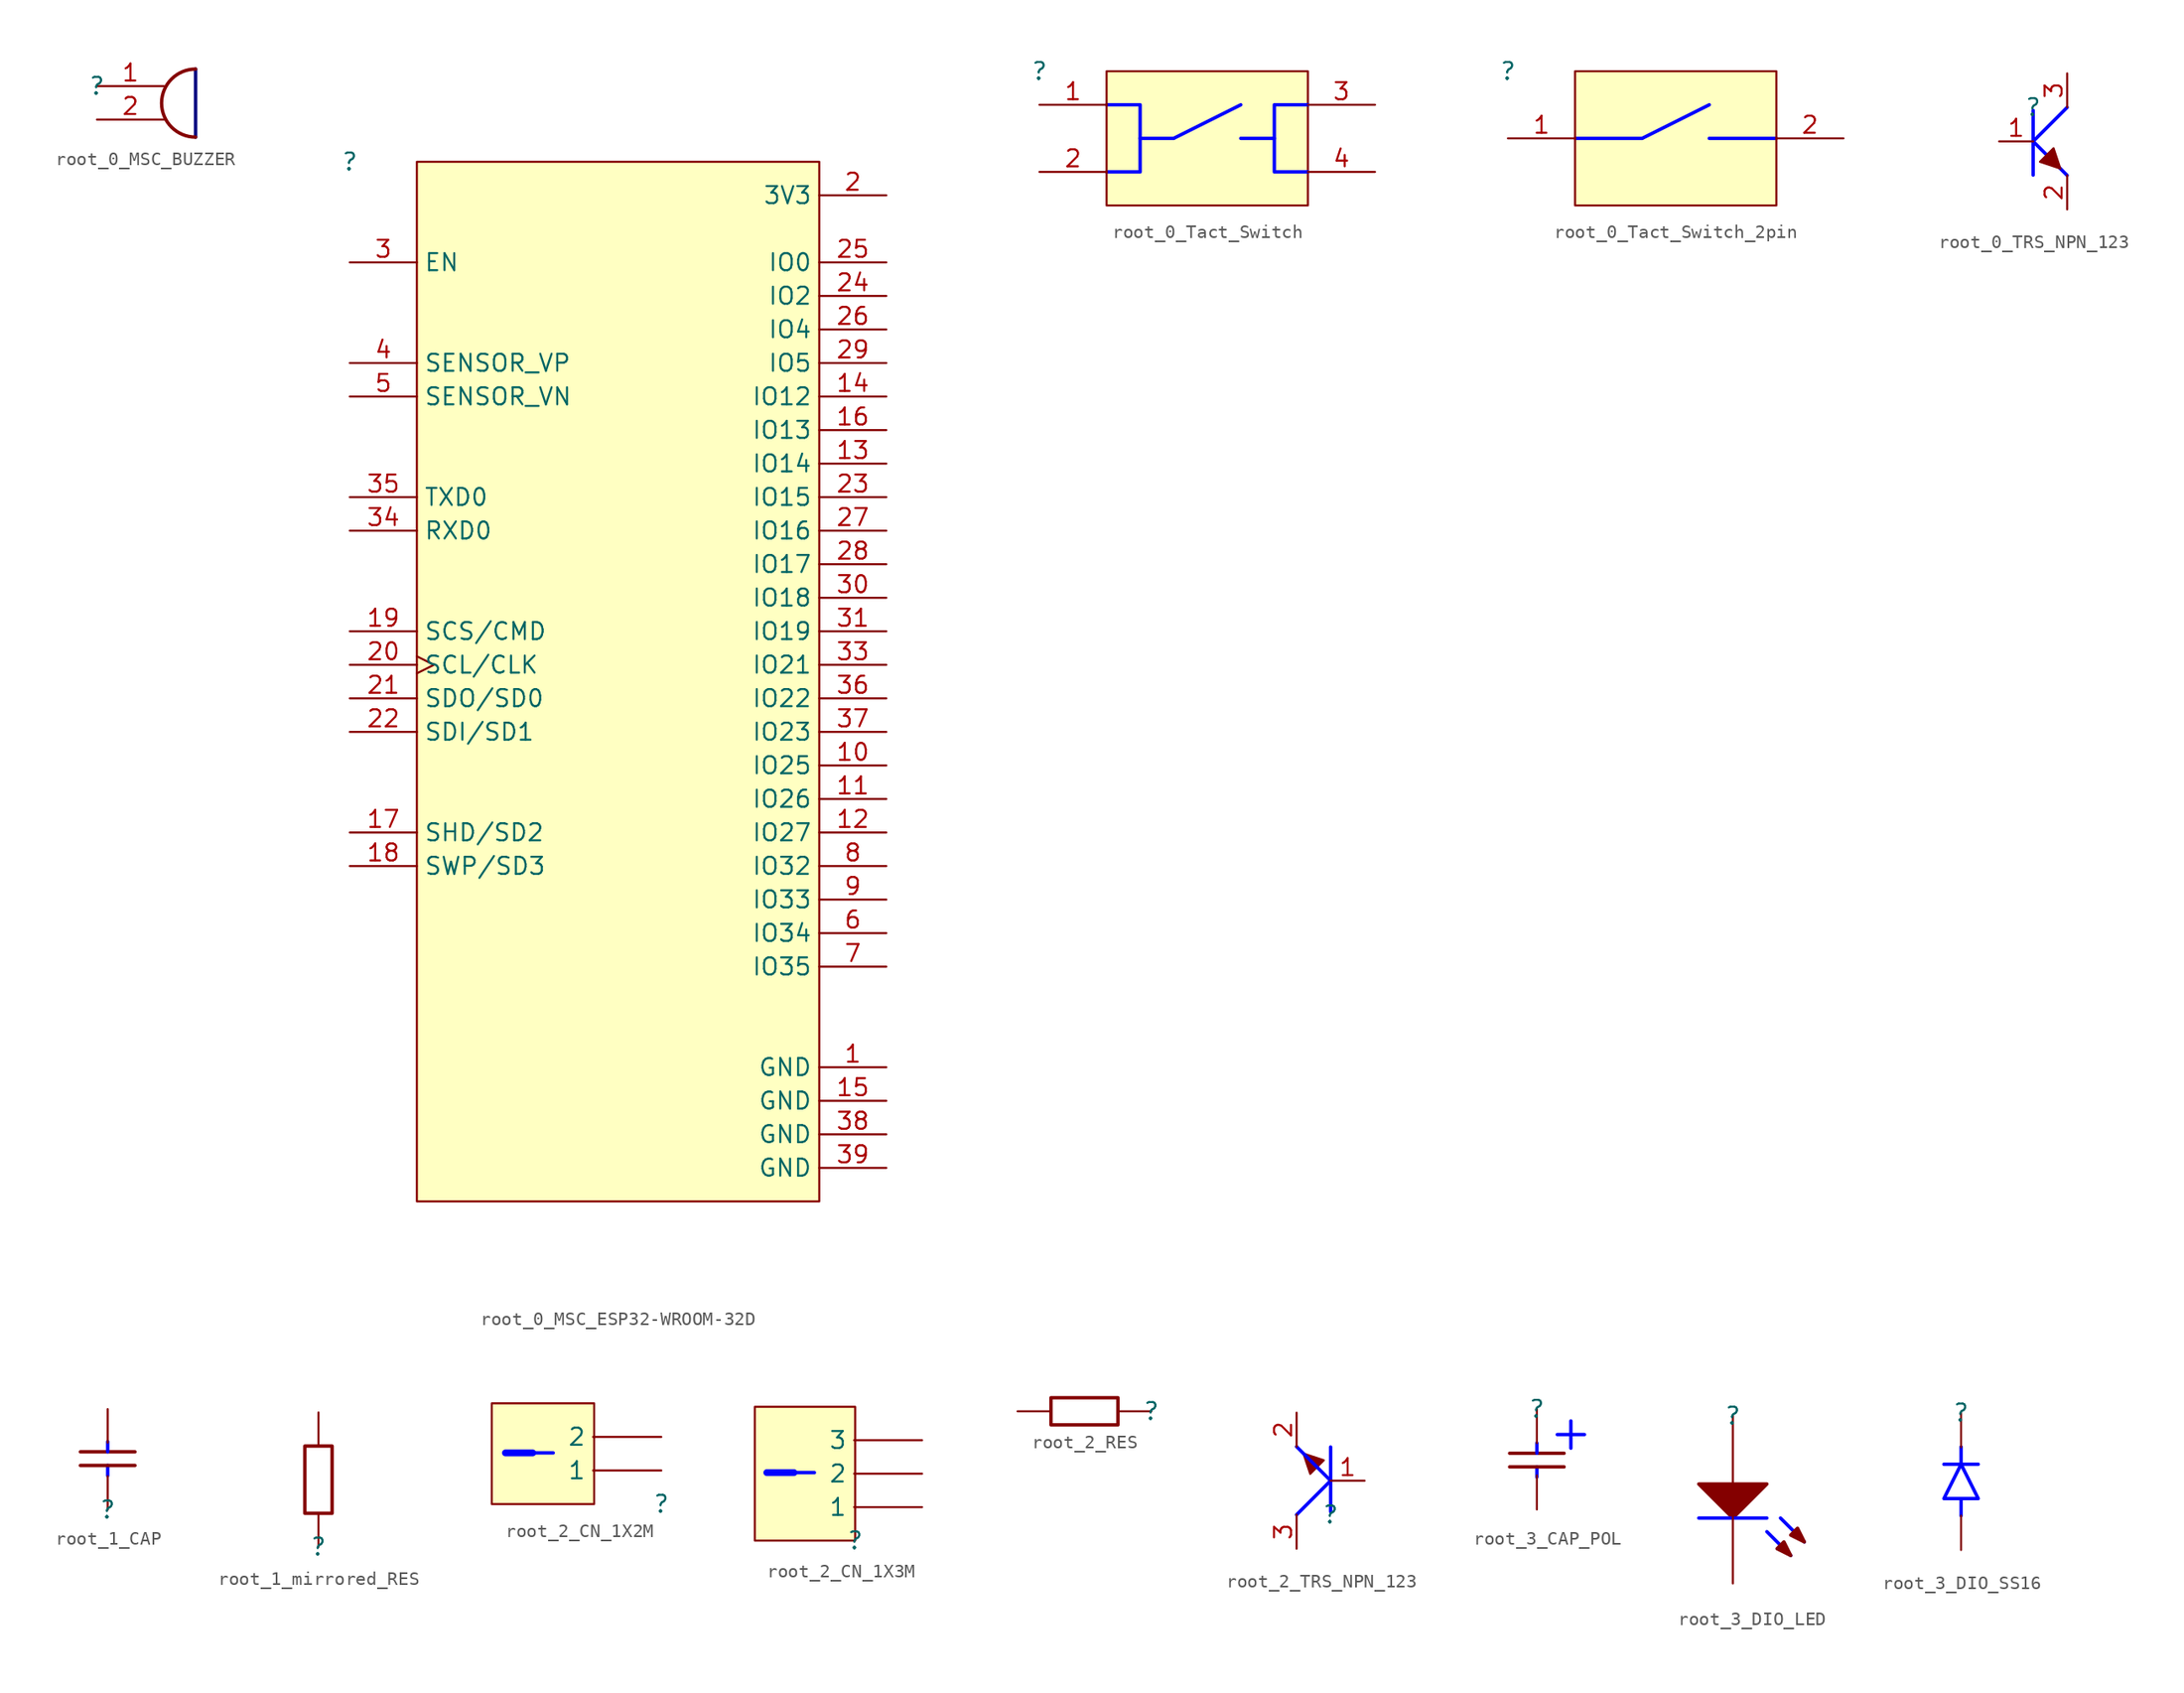
<source format=kicad_sym>
(kicad_symbol_lib
  (version 20220914)
  (generator kicad_symbol_editor)
  (symbol "root_0_MSC_BUZZER"
    (property "Reference" ""
      (at 0 0 0)
      (effects (font (size 1.27 1.27))))
    (property "Value" ""
      (at 0 0 0)
      (effects (font (size 1.27 1.27))))
    (symbol "root_0_MSC_BUZZER_1_0"
      (polyline (pts (xy 7.366 1.27) (xy 7.366 -3.81)) (stroke (width 0.254) (type solid) (color 0 0 128 1)) (fill (type none)))
      (arc (start 7.366 1.27) (mid 4.826 -1.27) (end 7.366 -3.81) (stroke (width 0.254) (type solid)) (fill (type none)))
      (pin passive line (at 0 0 0) (length 5) (name "1" (effects (font (size 0 0)))) (number "1" (effects (font (size 1.27 1.27)))))
      (pin passive line (at 0 -2.5 0) (length 5) (name "2" (effects (font (size 0 0)))) (number "2" (effects (font (size 1.27 1.27)))))))
  (symbol "root_0_MSC_ESP32-WROOM-32D"
    (property "Reference" ""
      (at 0 0 0)
      (effects (font (size 1.27 1.27))))
    (property "Value" ""
      (at 0 0 0)
      (effects (font (size 1.27 1.27))))
    (symbol "root_0_MSC_ESP32-WROOM-32D_1_0"
      (rectangle (start 35 0) (end 5 -77.5) (stroke (width 0) (type solid)) (fill (type background)))
      (pin power_in line (at 40 -67.5 180) (length 5) (name "GND" (effects (font (size 1.27 1.27)))) (number "1" (effects (font (size 1.27 1.27)))))
      (pin bidirectional line (at 40 -45 180) (length 5) (name "IO25" (effects (font (size 1.27 1.27)))) (number "10" (effects (font (size 1.27 1.27)))))
      (pin bidirectional line (at 40 -47.5 180) (length 5) (name "IO26" (effects (font (size 1.27 1.27)))) (number "11" (effects (font (size 1.27 1.27)))))
      (pin bidirectional line (at 40 -50 180) (length 5) (name "IO27" (effects (font (size 1.27 1.27)))) (number "12" (effects (font (size 1.27 1.27)))))
      (pin bidirectional line (at 40 -22.5 180) (length 5) (name "IO14" (effects (font (size 1.27 1.27)))) (number "13" (effects (font (size 1.27 1.27)))))
      (pin bidirectional line (at 40 -17.5 180) (length 5) (name "IO12" (effects (font (size 1.27 1.27)))) (number "14" (effects (font (size 1.27 1.27)))))
      (pin power_in line (at 40 -70 180) (length 5) (name "GND" (effects (font (size 1.27 1.27)))) (number "15" (effects (font (size 1.27 1.27)))))
      (pin bidirectional line (at 40 -20 180) (length 5) (name "IO13" (effects (font (size 1.27 1.27)))) (number "16" (effects (font (size 1.27 1.27)))))
      (pin bidirectional line (at 0 -50 0) (length 5) (name "SHD/SD2" (effects (font (size 1.27 1.27)))) (number "17" (effects (font (size 1.27 1.27)))))
      (pin bidirectional line (at 0 -52.5 0) (length 5) (name "SWP/SD3" (effects (font (size 1.27 1.27)))) (number "18" (effects (font (size 1.27 1.27)))))
      (pin bidirectional line (at 0 -35 0) (length 5) (name "SCS/CMD" (effects (font (size 1.27 1.27)))) (number "19" (effects (font (size 1.27 1.27)))))
      (pin power_in line (at 40 -2.5 180) (length 5) (name "3V3" (effects (font (size 1.27 1.27)))) (number "2" (effects (font (size 1.27 1.27)))))
      (pin bidirectional clock (at 0 -37.5 0) (length 5) (name "SCL/CLK" (effects (font (size 1.27 1.27)))) (number "20" (effects (font (size 1.27 1.27)))))
      (pin bidirectional line (at 0 -40 0) (length 5) (name "SDO/SD0" (effects (font (size 1.27 1.27)))) (number "21" (effects (font (size 1.27 1.27)))))
      (pin bidirectional line (at 0 -42.5 0) (length 5) (name "SDI/SD1" (effects (font (size 1.27 1.27)))) (number "22" (effects (font (size 1.27 1.27)))))
      (pin bidirectional line (at 40 -25 180) (length 5) (name "IO15" (effects (font (size 1.27 1.27)))) (number "23" (effects (font (size 1.27 1.27)))))
      (pin bidirectional line (at 40 -10 180) (length 5) (name "IO2" (effects (font (size 1.27 1.27)))) (number "24" (effects (font (size 1.27 1.27)))))
      (pin bidirectional line (at 40 -7.5 180) (length 5) (name "IO0" (effects (font (size 1.27 1.27)))) (number "25" (effects (font (size 1.27 1.27)))))
      (pin bidirectional line (at 40 -12.5 180) (length 5) (name "IO4" (effects (font (size 1.27 1.27)))) (number "26" (effects (font (size 1.27 1.27)))))
      (pin bidirectional line (at 40 -27.5 180) (length 5) (name "IO16" (effects (font (size 1.27 1.27)))) (number "27" (effects (font (size 1.27 1.27)))))
      (pin bidirectional line (at 40 -30 180) (length 5) (name "IO17" (effects (font (size 1.27 1.27)))) (number "28" (effects (font (size 1.27 1.27)))))
      (pin bidirectional line (at 40 -15 180) (length 5) (name "IO5" (effects (font (size 1.27 1.27)))) (number "29" (effects (font (size 1.27 1.27)))))
      (pin input line (at 0 -7.5 0) (length 5) (name "EN" (effects (font (size 1.27 1.27)))) (number "3" (effects (font (size 1.27 1.27)))))
      (pin bidirectional line (at 40 -32.5 180) (length 5) (name "IO18" (effects (font (size 1.27 1.27)))) (number "30" (effects (font (size 1.27 1.27)))))
      (pin bidirectional line (at 40 -35 180) (length 5) (name "IO19" (effects (font (size 1.27 1.27)))) (number "31" (effects (font (size 1.27 1.27)))))
      (pin bidirectional line (at 40 -37.5 180) (length 5) (name "IO21" (effects (font (size 1.27 1.27)))) (number "33" (effects (font (size 1.27 1.27)))))
      (pin bidirectional line (at 0 -27.5 0) (length 5) (name "RXD0" (effects (font (size 1.27 1.27)))) (number "34" (effects (font (size 1.27 1.27)))))
      (pin bidirectional line (at 0 -25 0) (length 5) (name "TXD0" (effects (font (size 1.27 1.27)))) (number "35" (effects (font (size 1.27 1.27)))))
      (pin bidirectional line (at 40 -40 180) (length 5) (name "IO22" (effects (font (size 1.27 1.27)))) (number "36" (effects (font (size 1.27 1.27)))))
      (pin bidirectional line (at 40 -42.5 180) (length 5) (name "IO23" (effects (font (size 1.27 1.27)))) (number "37" (effects (font (size 1.27 1.27)))))
      (pin power_in line (at 40 -72.5 180) (length 5) (name "GND" (effects (font (size 1.27 1.27)))) (number "38" (effects (font (size 1.27 1.27)))))
      (pin power_in line (at 40 -75 180) (length 5) (name "GND" (effects (font (size 1.27 1.27)))) (number "39" (effects (font (size 1.27 1.27)))))
      (pin input line (at 0 -15 0) (length 5) (name "SENSOR_VP" (effects (font (size 1.27 1.27)))) (number "4" (effects (font (size 1.27 1.27)))))
      (pin input line (at 0 -17.5 0) (length 5) (name "SENSOR_VN" (effects (font (size 1.27 1.27)))) (number "5" (effects (font (size 1.27 1.27)))))
      (pin bidirectional line (at 40 -57.5 180) (length 5) (name "IO34" (effects (font (size 1.27 1.27)))) (number "6" (effects (font (size 1.27 1.27)))))
      (pin bidirectional line (at 40 -60 180) (length 5) (name "IO35" (effects (font (size 1.27 1.27)))) (number "7" (effects (font (size 1.27 1.27)))))
      (pin bidirectional line (at 40 -52.5 180) (length 5) (name "IO32" (effects (font (size 1.27 1.27)))) (number "8" (effects (font (size 1.27 1.27)))))
      (pin bidirectional line (at 40 -55 180) (length 5) (name "IO33" (effects (font (size 1.27 1.27)))) (number "9" (effects (font (size 1.27 1.27)))))))
  (symbol "root_0_Tact_Switch"
    (property "Reference" ""
      (at 0 0 0)
      (effects (font (size 1.27 1.27))))
    (property "Value" ""
      (at 0 0 0)
      (effects (font (size 1.27 1.27))))
    (symbol "root_0_Tact_Switch_1_0"
      (polyline (pts (xy 7.5 -5) (xy 10 -5)) (stroke (width 0.254) (type solid) (color 0 0 255 1)) (fill (type none)))
      (polyline (pts (xy 10 -5) (xy 15 -2.5)) (stroke (width 0.254) (type solid) (color 0 0 255 1)) (fill (type none)))
      (polyline (pts (xy 15 -5) (xy 17.5 -5)) (stroke (width 0.254) (type solid) (color 0 0 255 1)) (fill (type none)))
      (polyline (pts (xy 5 -2.5) (xy 7.5 -2.5) (xy 7.5 -7.5) (xy 5 -7.5)) (stroke (width 0.254) (type solid) (color 0 0 255 1)) (fill (type none)))
      (polyline (pts (xy 20 -7.5) (xy 17.5 -7.5) (xy 17.5 -2.5) (xy 20 -2.5)) (stroke (width 0.254) (type solid) (color 0 0 255 1)) (fill (type none)))
      (rectangle (start 20 0) (end 5 -10) (stroke (width 0) (type solid)) (fill (type background)))
      (pin passive line (at 0 -2.5 0) (length 5) (name "1" (effects (font (size 0 0)))) (number "1" (effects (font (size 1.27 1.27)))))
      (pin passive line (at 0 -7.5 0) (length 5) (name "2" (effects (font (size 0 0)))) (number "2" (effects (font (size 1.27 1.27)))))
      (pin passive line (at 25 -2.5 180) (length 5) (name "3" (effects (font (size 0 0)))) (number "3" (effects (font (size 1.27 1.27)))))
      (pin passive line (at 25 -7.5 180) (length 5) (name "4" (effects (font (size 0 0)))) (number "4" (effects (font (size 1.27 1.27)))))))
  (symbol "root_0_Tact_Switch_2pin"
    (property "Reference" ""
      (at 0 0 0)
      (effects (font (size 1.27 1.27))))
    (property "Value" ""
      (at 0 0 0)
      (effects (font (size 1.27 1.27))))
    (symbol "root_0_Tact_Switch_2pin_1_0"
      (polyline (pts (xy 5 -5) (xy 10 -5)) (stroke (width 0.254) (type solid) (color 0 0 255 1)) (fill (type none)))
      (polyline (pts (xy 10 -5) (xy 15 -2.5)) (stroke (width 0.254) (type solid) (color 0 0 255 1)) (fill (type none)))
      (polyline (pts (xy 15 -5) (xy 20 -5)) (stroke (width 0.254) (type solid) (color 0 0 255 1)) (fill (type none)))
      (rectangle (start 20 0) (end 5 -10) (stroke (width 0) (type solid)) (fill (type background)))
      (pin passive line (at 0 -5 0) (length 5) (name "1" (effects (font (size 0 0)))) (number "1" (effects (font (size 1.27 1.27)))))
      (pin passive line (at 25 -5 180) (length 5) (name "2" (effects (font (size 0 0)))) (number "2" (effects (font (size 1.27 1.27)))))))
  (symbol "root_0_TRS_NPN_123"
    (property "Reference" ""
      (at 0 0 0)
      (effects (font (size 1.27 1.27))))
    (property "Value" ""
      (at 0 0 0)
      (effects (font (size 1.27 1.27))))
    (symbol "root_0_TRS_NPN_123_1_0"
      (polyline (pts (xy 0 -2.54) (xy 2.54 -5.08)) (stroke (width 0.254) (type solid) (color 0 0 255 1)) (fill (type none)))
      (polyline (pts (xy 0 -2.54) (xy 2.54 0)) (stroke (width 0.254) (type solid) (color 0 0 255 1)) (fill (type none)))
      (polyline (pts (xy 0 -0.229) (xy 0 -5.055)) (stroke (width 0.254) (type solid) (color 0 0 255 1)) (fill (type none)))
      (polyline (pts (xy 0.508 -4.064) (xy 2.032 -4.572) (xy 1.524 -3.048) (xy 0.508 -4.064)) (stroke (width 0) (type solid)) (fill (type outline)))
      (pin passive line (at -2.54 -2.54 0) (length 2.54) (name "B" (effects (font (size 0 0)))) (number "1" (effects (font (size 1.27 1.27)))))
      (pin passive line (at 2.54 -7.62 90) (length 2.54) (name "E" (effects (font (size 0 0)))) (number "2" (effects (font (size 1.27 1.27)))))
      (pin passive line (at 2.54 2.54 270) (length 2.54) (name "C" (effects (font (size 0 0)))) (number "3" (effects (font (size 1.27 1.27)))))))
  (symbol "root_1_CAP"
    (property "Reference" ""
      (at 0 0 0)
      (effects (font (size 1.27 1.27))))
    (property "Value" ""
      (at 0 0 0)
      (effects (font (size 1.27 1.27))))
    (symbol "root_1_CAP_1_0"
      (polyline (pts (xy -2.032 4.318) (xy 2.032 4.318)) (stroke (width 0.254) (type solid)) (fill (type none)))
      (polyline (pts (xy 0 2.54) (xy 0 3.302)) (stroke (width 0.254) (type solid) (color 0 0 255 1)) (fill (type none)))
      (polyline (pts (xy 0 5.08) (xy 0 4.318)) (stroke (width 0.254) (type solid) (color 0 0 255 1)) (fill (type none)))
      (polyline (pts (xy 2.032 3.302) (xy -2.032 3.302)) (stroke (width 0.254) (type solid)) (fill (type none)))
      (pin passive line (at 0 0 90) (length 2.5) (name "1" (effects (font (size 0 0)))) (number "1" (effects (font (size 0 0)))))
      (pin passive line (at 0 7.5 270) (length 2.5) (name "2" (effects (font (size 0 0)))) (number "2" (effects (font (size 0 0)))))))
  (symbol "root_1_mirrored_RES"
    (property "Reference" ""
      (at 0 0 0)
      (effects (font (size 1.27 1.27))))
    (property "Value" ""
      (at 0 0 0)
      (effects (font (size 1.27 1.27))))
    (symbol "root_1_mirrored_RES_1_0"
      (rectangle (start 1.016 7.5) (end -1.016 2.5) (stroke (width 0.254) (type solid)) (fill (type none)))
      (pin passive line (at 0 0 90) (length 2.5) (name "1" (effects (font (size 0 0)))) (number "1" (effects (font (size 0 0)))))
      (pin passive line (at 0 10 270) (length 2.5) (name "2" (effects (font (size 0 0)))) (number "2" (effects (font (size 0 0)))))))
  (symbol "root_2_CN_1X2M"
    (property "Reference" ""
      (at 0 0 0)
      (effects (font (size 1.27 1.27))))
    (property "Value" ""
      (at 0 0 0)
      (effects (font (size 1.27 1.27))))
    (symbol "root_2_CN_1X2M_1_0"
      (rectangle (start -5 7.5) (end -12.62 0) (stroke (width 0) (type solid)) (fill (type background)))
      (polyline (pts (xy -10.08 3.81) (xy -8.048 3.81)) (stroke (width 0.254) (type solid) (color 0 0 255 1)) (fill (type none)))
      (polyline (pts (xy -9.572 3.81) (xy -11.604 3.81)) (stroke (width 0.508) (type solid) (color 0 0 255 1)) (fill (type none)))
      (pin passive line (at 0 2.5 180) (length 5.08) (name "1" (effects (font (size 1.27 1.27)))) (number "1" (effects (font (size 0 0)))))
      (pin passive line (at 0 5 180) (length 5.08) (name "2" (effects (font (size 1.27 1.27)))) (number "2" (effects (font (size 0 0)))))))
  (symbol "root_2_CN_1X3M"
    (property "Reference" ""
      (at 0 0 0)
      (effects (font (size 1.27 1.27))))
    (property "Value" ""
      (at 0 0 0)
      (effects (font (size 1.27 1.27))))
    (symbol "root_2_CN_1X3M_1_0"
      (polyline (pts (xy -5.08 5.08) (xy -3.048 5.08)) (stroke (width 0.254) (type solid) (color 0 0 255 1)) (fill (type none)))
      (polyline (pts (xy -4.572 5.08) (xy -6.604 5.08)) (stroke (width 0.508) (type solid) (color 0 0 255 1)) (fill (type none)))
      (rectangle (start 0 10) (end -7.5 0) (stroke (width 0) (type solid)) (fill (type background)))
      (pin passive line (at 5 2.5 180) (length 5.08) (name "1" (effects (font (size 1.27 1.27)))) (number "1" (effects (font (size 0 0)))))
      (pin passive line (at 5 5 180) (length 5.08) (name "2" (effects (font (size 1.27 1.27)))) (number "2" (effects (font (size 0 0)))))
      (pin passive line (at 5 7.5 180) (length 5.08) (name "3" (effects (font (size 1.27 1.27)))) (number "3" (effects (font (size 0 0)))))))
  (symbol "root_2_RES"
    (property "Reference" ""
      (at 0 0 0)
      (effects (font (size 1.27 1.27))))
    (property "Value" ""
      (at 0 0 0)
      (effects (font (size 1.27 1.27))))
    (symbol "root_2_RES_1_0"
      (rectangle (start -2.5 1.016) (end -7.5 -1.016) (stroke (width 0.254) (type solid)) (fill (type none)))
      (pin passive line (at 0 0 180) (length 2.5) (name "1" (effects (font (size 0 0)))) (number "1" (effects (font (size 0 0)))))
      (pin passive line (at -10 0 0) (length 2.5) (name "2" (effects (font (size 0 0)))) (number "2" (effects (font (size 0 0)))))))
  (symbol "root_2_TRS_NPN_123"
    (property "Reference" ""
      (at 0 0 0)
      (effects (font (size 1.27 1.27))))
    (property "Value" ""
      (at 0 0 0)
      (effects (font (size 1.27 1.27))))
    (symbol "root_2_TRS_NPN_123_1_0"
      (polyline (pts (xy 0 0.229) (xy 0 5.055)) (stroke (width 0.254) (type solid) (color 0 0 255 1)) (fill (type none)))
      (polyline (pts (xy 0 2.54) (xy -2.54 0)) (stroke (width 0.254) (type solid) (color 0 0 255 1)) (fill (type none)))
      (polyline (pts (xy 0 2.54) (xy -2.54 5.08)) (stroke (width 0.254) (type solid) (color 0 0 255 1)) (fill (type none)))
      (polyline (pts (xy -0.508 4.064) (xy -2.032 4.572) (xy -1.524 3.048) (xy -0.508 4.064)) (stroke (width 0) (type solid)) (fill (type outline)))
      (pin passive line (at 2.54 2.54 180) (length 2.54) (name "B" (effects (font (size 0 0)))) (number "1" (effects (font (size 1.27 1.27)))))
      (pin passive line (at -2.54 7.62 270) (length 2.54) (name "E" (effects (font (size 0 0)))) (number "2" (effects (font (size 1.27 1.27)))))
      (pin passive line (at -2.54 -2.54 90) (length 2.54) (name "C" (effects (font (size 0 0)))) (number "3" (effects (font (size 1.27 1.27)))))))
  (symbol "root_3_CAP_POL"
    (property "Reference" ""
      (at 0 0 0)
      (effects (font (size 1.27 1.27))))
    (property "Value" ""
      (at 0 0 0)
      (effects (font (size 1.27 1.27))))
    (symbol "root_3_CAP_POL_1_0"
      (polyline (pts (xy -2.032 -3.302) (xy 2.032 -3.302)) (stroke (width 0.254) (type solid)) (fill (type none)))
      (polyline (pts (xy 0 -5.08) (xy 0 -4.318)) (stroke (width 0.254) (type solid) (color 0 0 255 1)) (fill (type none)))
      (polyline (pts (xy 0 -2.54) (xy 0 -3.302)) (stroke (width 0.254) (type solid) (color 0 0 255 1)) (fill (type none)))
      (polyline (pts (xy 2.032 -4.318) (xy -2.032 -4.318)) (stroke (width 0.254) (type solid)) (fill (type none)))
      (polyline (pts (xy 2.54 -0.889) (xy 2.54 -2.921)) (stroke (width 0.254) (type solid) (color 0 0 255 1)) (fill (type none)))
      (polyline (pts (xy 3.556 -1.905) (xy 1.524 -1.905)) (stroke (width 0.254) (type solid) (color 0 0 255 1)) (fill (type none)))
      (pin passive line (at 0 0 270) (length 2.54) (name "1" (effects (font (size 0 0)))) (number "1" (effects (font (size 0 0)))))
      (pin passive line (at 0 -7.5 90) (length 2.54) (name "2" (effects (font (size 0 0)))) (number "2" (effects (font (size 0 0)))))))
  (symbol "root_3_DIO_LED"
    (property "Reference" ""
      (at 0 0 0)
      (effects (font (size 1.27 1.27))))
    (property "Value" ""
      (at 0 0 0)
      (effects (font (size 1.27 1.27))))
    (symbol "root_3_DIO_LED_1_0"
      (polyline (pts (xy 2.54 -8.636) (xy 4.318 -10.414)) (stroke (width 0.254) (type solid) (color 0 0 255 1)) (fill (type none)))
      (polyline (pts (xy 2.54 -7.62) (xy -2.54 -7.62)) (stroke (width 0.254) (type solid) (color 0 0 255 1)) (fill (type none)))
      (polyline (pts (xy 3.556 -7.62) (xy 5.334 -9.398)) (stroke (width 0.254) (type solid) (color 0 0 255 1)) (fill (type none)))
      (polyline (pts (xy -2.54 -5.08) (xy 0 -7.62) (xy 2.54 -5.08) (xy -2.54 -5.08)) (stroke (width 0.254) (type solid)) (fill (type outline)))
      (polyline (pts (xy 4.318 -10.414) (xy 3.81 -9.398) (xy 3.302 -9.906) (xy 4.318 -10.414)) (stroke (width 0.254) (type solid)) (fill (type outline)))
      (polyline (pts (xy 5.334 -9.398) (xy 4.826 -8.382) (xy 4.318 -8.89) (xy 5.334 -9.398)) (stroke (width 0.254) (type solid)) (fill (type outline)))
      (pin passive line (at 0 -12.5 90) (length 5.08) (name "K" (effects (font (size 0 0)))) (number "1" (effects (font (size 0 0)))))
      (pin passive line (at 0 0 270) (length 5.08) (name "A" (effects (font (size 0 0)))) (number "2" (effects (font (size 0 0)))))))
  (symbol "root_3_DIO_SS16"
    (property "Reference" ""
      (at 0 0 0)
      (effects (font (size 1.27 1.27))))
    (property "Value" ""
      (at 0 0 0)
      (effects (font (size 1.27 1.27))))
    (symbol "root_3_DIO_SS16_1_0"
      (polyline (pts (xy -1.27 -3.81) (xy 1.27 -3.81)) (stroke (width 0.254) (type solid) (color 0 0 255 1)) (fill (type none)))
      (polyline (pts (xy 0 -6.35) (xy 0 -7.62)) (stroke (width 0.254) (type solid) (color 0 0 255 1)) (fill (type none)))
      (polyline (pts (xy 0 -2.54) (xy 0 -3.81)) (stroke (width 0.254) (type solid) (color 0 0 255 1)) (fill (type none)))
      (polyline (pts (xy 0 -2.54) (xy 0 -3.81)) (stroke (width 0.254) (type solid) (color 0 0 255 1)) (fill (type none)))
      (polyline (pts (xy -1.27 -6.35) (xy 0 -3.81) (xy 1.27 -6.35) (xy -1.27 -6.35)) (stroke (width 0.254) (type solid) (color 0 0 255 1)) (fill (type none)))
      (pin passive line (at 0 0 270) (length 2.54) (name "K" (effects (font (size 0 0)))) (number "1" (effects (font (size 0 0)))))
      (pin passive line (at 0 -10.16 90) (length 2.54) (name "A" (effects (font (size 0 0)))) (number "2" (effects (font (size 0 0))))))))
</source>
